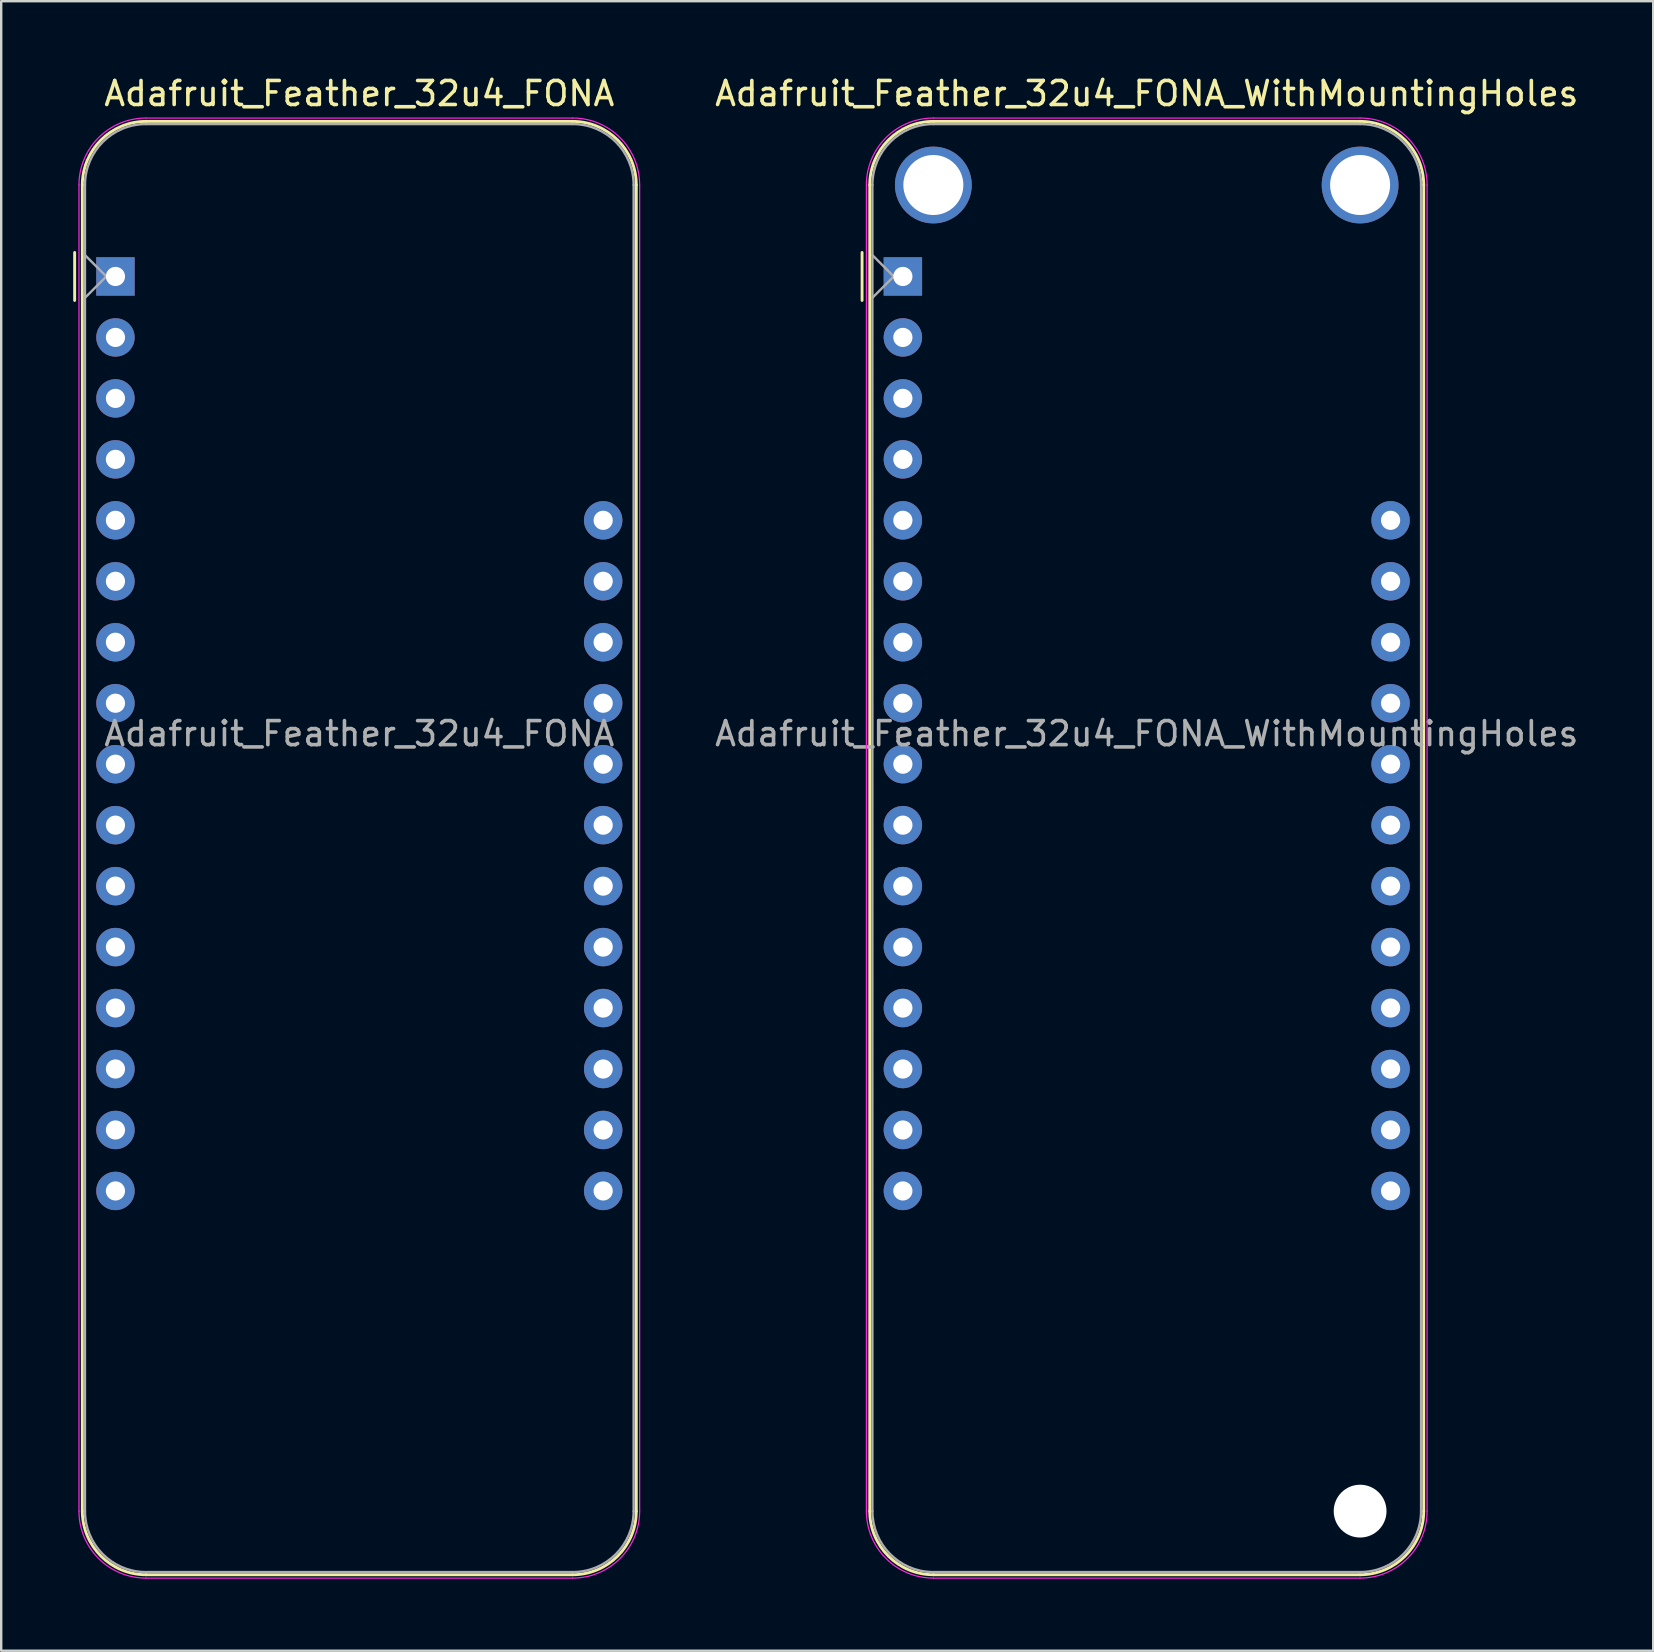
<source format=kicad_pcb>
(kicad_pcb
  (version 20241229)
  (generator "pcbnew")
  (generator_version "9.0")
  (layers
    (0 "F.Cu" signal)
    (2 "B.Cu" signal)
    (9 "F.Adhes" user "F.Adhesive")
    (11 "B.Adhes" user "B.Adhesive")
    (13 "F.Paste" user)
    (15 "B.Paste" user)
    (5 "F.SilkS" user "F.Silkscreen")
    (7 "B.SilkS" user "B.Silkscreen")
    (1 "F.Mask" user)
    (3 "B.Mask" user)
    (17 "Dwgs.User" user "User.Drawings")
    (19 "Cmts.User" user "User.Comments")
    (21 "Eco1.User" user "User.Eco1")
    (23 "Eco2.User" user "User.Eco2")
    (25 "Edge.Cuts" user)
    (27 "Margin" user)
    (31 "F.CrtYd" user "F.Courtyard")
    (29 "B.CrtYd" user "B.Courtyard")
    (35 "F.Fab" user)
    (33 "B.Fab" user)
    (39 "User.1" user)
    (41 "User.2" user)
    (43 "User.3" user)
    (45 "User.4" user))
  (footprint "Adafruit_Feather_32u4_FONA_WithMountingHoles"
    (layer "F.Cu")
    (at 34.566 8.468)
    (property "Reference" "Adafruit_Feather_32u4_FONA_WithMountingHoles" (at 10.16 -7.62 0) (layer "F.SilkS") (effects (font (size 1 1) (thickness 0.15))))
    (attr through_hole)
    (fp_line (start -1.7 1) (end -1.7 -1) (stroke (width 0.12) (type solid)) (layer "F.SilkS"))
    (fp_line (start -1.38 -3.81) (end -1.38 51.44) (stroke (width 0.12) (type solid)) (layer "F.SilkS"))
    (fp_line (start 19.05 -6.46) (end 1.27 -6.46) (stroke (width 0.12) (type solid)) (layer "F.SilkS"))
    (fp_line (start 19.05 54.09) (end 1.27 54.09) (stroke (width 0.12) (type solid)) (layer "F.SilkS"))
    (fp_line (start 21.7 -3.81) (end 21.7 51.44) (stroke (width 0.12) (type solid)) (layer "F.SilkS"))
    (fp_arc (start -1.38 -3.81) (mid -0.603833 -5.683833) (end 1.27 -6.46) (stroke (width 0.12) (type solid)) (layer "F.SilkS"))
    (fp_arc (start 1.27 54.09) (mid -0.603833 53.313833) (end -1.38 51.44) (stroke (width 0.12) (type solid)) (layer "F.SilkS"))
    (fp_arc (start 19.05 -6.46) (mid 20.923833 -5.683833) (end 21.7 -3.81) (stroke (width 0.12) (type solid)) (layer "F.SilkS"))
    (fp_arc (start 21.7 51.44) (mid 20.923833 53.313833) (end 19.05 54.09) (stroke (width 0.12) (type solid)) (layer "F.SilkS"))
    (fp_line (start -1.52 51.44) (end -1.52 -3.81) (stroke (width 0.05) (type solid)) (layer "F.CrtYd"))
    (fp_line (start 19.05 -6.6) (end 1.27 -6.6) (stroke (width 0.05) (type solid)) (layer "F.CrtYd"))
    (fp_line (start 19.05 54.23) (end 1.27 54.23) (stroke (width 0.05) (type solid)) (layer "F.CrtYd"))
    (fp_line (start 21.84 51.44) (end 21.84 -3.81) (stroke (width 0.05) (type solid)) (layer "F.CrtYd"))
    (fp_arc (start -1.52 -3.81) (mid -0.702828 -5.782828) (end 1.27 -6.6) (stroke (width 0.05) (type solid)) (layer "F.CrtYd"))
    (fp_arc (start 1.27 54.23) (mid -0.702828 53.412828) (end -1.52 51.44) (stroke (width 0.05) (type solid)) (layer "F.CrtYd"))
    (fp_arc (start 19.05 -6.6) (mid 21.022828 -5.782828) (end 21.84 -3.81) (stroke (width 0.05) (type solid)) (layer "F.CrtYd"))
    (fp_arc (start 21.84 51.44) (mid 21.022828 53.412828) (end 19.05 54.23) (stroke (width 0.05) (type solid)) (layer "F.CrtYd"))
    (fp_line (start -1.27 -3.81) (end -1.27 51.44) (stroke (width 0.1) (type solid)) (layer "F.Fab"))
    (fp_line (start -1.27 -0.889) (end -0.381 0) (stroke (width 0.1) (type solid)) (layer "F.Fab"))
    (fp_line (start -0.381 0) (end -1.27 0.889) (stroke (width 0.1) (type solid)) (layer "F.Fab"))
    (fp_line (start 1.27 53.98) (end 19.05 53.98) (stroke (width 0.1) (type solid)) (layer "F.Fab"))
    (fp_line (start 19.05 -6.35) (end 1.27 -6.35) (stroke (width 0.1) (type solid)) (layer "F.Fab"))
    (fp_line (start 21.59 51.44) (end 21.59 -3.81) (stroke (width 0.1) (type solid)) (layer "F.Fab"))
    (fp_arc (start -1.27 -3.81) (mid -0.526051 -5.606051) (end 1.27 -6.35) (stroke (width 0.1) (type solid)) (layer "F.Fab"))
    (fp_arc (start 1.221238 53.979532) (mid -0.543209 53.218728) (end -1.27 51.44) (stroke (width 0.1) (type solid)) (layer "F.Fab"))
    (fp_arc (start 19.05 -6.35) (mid 20.846051 -5.606051) (end 21.59 -3.81) (stroke (width 0.1) (type solid)) (layer "F.Fab"))
    (fp_arc (start 21.59 51.44) (mid 20.846051 53.236051) (end 19.05 53.98) (stroke (width 0.1) (type solid)) (layer "F.Fab"))
    (fp_text user "${REFERENCE}" (at 10.16 19.05 180) (layer "F.Fab") (effects (font (size 1 1) (thickness 0.15))))
    (pad "" np_thru_hole circle (at 1.27 -3.81 270) (size 3.2 3.2) (drill 2.5) (layers "*.Cu" "*.Mask"))
    (pad "" np_thru_hole circle (at 19.05 -3.81 270) (size 3.2 3.2) (drill 2.5) (layers "*.Cu" "*.Mask"))
    (pad "" np_thru_hole circle (at 19.05 51.44 270) (size 2.2 2.2) (drill 2.2) (layers "*.Cu" "*.Mask"))
    (pad "1" thru_hole rect (at 0 0 180) (size 1.6 1.6) (drill 0.8) (layers "*.Cu" "*.Mask"))
    (pad "2" thru_hole circle (at 0 2.54 180) (size 1.6 1.6) (drill 0.8) (layers "*.Cu" "*.Mask"))
    (pad "3" thru_hole circle (at 0 5.08 180) (size 1.6 1.6) (drill 0.8) (layers "*.Cu" "*.Mask"))
    (pad "4" thru_hole circle (at 0 7.62 180) (size 1.6 1.6) (drill 0.8) (layers "*.Cu" "*.Mask"))
    (pad "5" thru_hole circle (at 0 10.16 180) (size 1.6 1.6) (drill 0.8) (layers "*.Cu" "*.Mask"))
    (pad "6" thru_hole circle (at 0 12.7 180) (size 1.6 1.6) (drill 0.8) (layers "*.Cu" "*.Mask"))
    (pad "7" thru_hole circle (at 0 15.24 180) (size 1.6 1.6) (drill 0.8) (layers "*.Cu" "*.Mask"))
    (pad "8" thru_hole circle (at 0 17.78 180) (size 1.6 1.6) (drill 0.8) (layers "*.Cu" "*.Mask"))
    (pad "9" thru_hole circle (at 0 20.32 180) (size 1.6 1.6) (drill 0.8) (layers "*.Cu" "*.Mask"))
    (pad "10" thru_hole circle (at 0 22.86 180) (size 1.6 1.6) (drill 0.8) (layers "*.Cu" "*.Mask"))
    (pad "11" thru_hole circle (at 0 25.4 180) (size 1.6 1.6) (drill 0.8) (layers "*.Cu" "*.Mask"))
    (pad "12" thru_hole circle (at 0 27.94 180) (size 1.6 1.6) (drill 0.8) (layers "*.Cu" "*.Mask"))
    (pad "13" thru_hole circle (at 0 30.48 180) (size 1.6 1.6) (drill 0.8) (layers "*.Cu" "*.Mask"))
    (pad "14" thru_hole circle (at 0 33.02 180) (size 1.6 1.6) (drill 0.8) (layers "*.Cu" "*.Mask"))
    (pad "15" thru_hole circle (at 0 35.56 180) (size 1.6 1.6) (drill 0.8) (layers "*.Cu" "*.Mask"))
    (pad "16" thru_hole circle (at 0 38.1 180) (size 1.6 1.6) (drill 0.8) (layers "*.Cu" "*.Mask"))
    (pad "17" thru_hole circle (at 20.32 38.1 180) (size 1.6 1.6) (drill 0.8) (layers "*.Cu" "*.Mask"))
    (pad "18" thru_hole circle (at 20.32 35.56 180) (size 1.6 1.6) (drill 0.8) (layers "*.Cu" "*.Mask"))
    (pad "19" thru_hole circle (at 20.32 33.02 180) (size 1.6 1.6) (drill 0.8) (layers "*.Cu" "*.Mask"))
    (pad "20" thru_hole circle (at 20.32 30.48 180) (size 1.6 1.6) (drill 0.8) (layers "*.Cu" "*.Mask"))
    (pad "21" thru_hole circle (at 20.32 27.94 180) (size 1.6 1.6) (drill 0.8) (layers "*.Cu" "*.Mask"))
    (pad "22" thru_hole circle (at 20.32 25.4 180) (size 1.6 1.6) (drill 0.8) (layers "*.Cu" "*.Mask"))
    (pad "23" thru_hole circle (at 20.32 22.86 180) (size 1.6 1.6) (drill 0.8) (layers "*.Cu" "*.Mask"))
    (pad "24" thru_hole circle (at 20.32 20.32 180) (size 1.6 1.6) (drill 0.8) (layers "*.Cu" "*.Mask"))
    (pad "25" thru_hole circle (at 20.32 17.78 180) (size 1.6 1.6) (drill 0.8) (layers "*.Cu" "*.Mask"))
    (pad "26" thru_hole circle (at 20.32 15.24 180) (size 1.6 1.6) (drill 0.8) (layers "*.Cu" "*.Mask"))
    (pad "27" thru_hole circle (at 20.32 12.7 180) (size 1.6 1.6) (drill 0.8) (layers "*.Cu" "*.Mask"))
    (pad "28" thru_hole circle (at 20.32 10.16 180) (size 1.6 1.6) (drill 0.8) (layers "*.Cu" "*.Mask")))
  (footprint "Adafruit_Feather_32u4_FONA"
    (layer "F.Cu")
    (at 1.76 8.468)
    (property "Reference" "Adafruit_Feather_32u4_FONA" (at 10.16 -7.62 0) (layer "F.SilkS") (effects (font (size 1 1) (thickness 0.15))))
    (attr through_hole)
    (fp_line (start -1.7 1) (end -1.7 -1) (stroke (width 0.12) (type solid)) (layer "F.SilkS"))
    (fp_line (start -1.38 -3.81) (end -1.38 51.44) (stroke (width 0.12) (type solid)) (layer "F.SilkS"))
    (fp_line (start 19.05 -6.46) (end 1.27 -6.46) (stroke (width 0.12) (type solid)) (layer "F.SilkS"))
    (fp_line (start 19.05 54.09) (end 1.27 54.09) (stroke (width 0.12) (type solid)) (layer "F.SilkS"))
    (fp_line (start 21.7 -3.81) (end 21.7 51.44) (stroke (width 0.12) (type solid)) (layer "F.SilkS"))
    (fp_arc (start -1.38 -3.81) (mid -0.603833 -5.683833) (end 1.27 -6.46) (stroke (width 0.12) (type solid)) (layer "F.SilkS"))
    (fp_arc (start 1.27 54.09) (mid -0.603833 53.313833) (end -1.38 51.44) (stroke (width 0.12) (type solid)) (layer "F.SilkS"))
    (fp_arc (start 19.05 -6.46) (mid 20.923833 -5.683833) (end 21.7 -3.81) (stroke (width 0.12) (type solid)) (layer "F.SilkS"))
    (fp_arc (start 21.7 51.44) (mid 20.923833 53.313833) (end 19.05 54.09) (stroke (width 0.12) (type solid)) (layer "F.SilkS"))
    (fp_line (start -1.52 51.44) (end -1.52 -3.81) (stroke (width 0.05) (type solid)) (layer "F.CrtYd"))
    (fp_line (start 19.05 -6.6) (end 1.27 -6.6) (stroke (width 0.05) (type solid)) (layer "F.CrtYd"))
    (fp_line (start 19.05 54.23) (end 1.27 54.23) (stroke (width 0.05) (type solid)) (layer "F.CrtYd"))
    (fp_line (start 21.84 51.44) (end 21.84 -3.81) (stroke (width 0.05) (type solid)) (layer "F.CrtYd"))
    (fp_arc (start -1.52 -3.81) (mid -0.702828 -5.782828) (end 1.27 -6.6) (stroke (width 0.05) (type solid)) (layer "F.CrtYd"))
    (fp_arc (start 1.27 54.23) (mid -0.702828 53.412828) (end -1.52 51.44) (stroke (width 0.05) (type solid)) (layer "F.CrtYd"))
    (fp_arc (start 19.05 -6.6) (mid 21.022828 -5.782828) (end 21.84 -3.81) (stroke (width 0.05) (type solid)) (layer "F.CrtYd"))
    (fp_arc (start 21.84 51.44) (mid 21.022828 53.412828) (end 19.05 54.23) (stroke (width 0.05) (type solid)) (layer "F.CrtYd"))
    (fp_line (start -1.27 -3.81) (end -1.27 51.44) (stroke (width 0.1) (type solid)) (layer "F.Fab"))
    (fp_line (start -1.27 -0.889) (end -0.381 0) (stroke (width 0.1) (type solid)) (layer "F.Fab"))
    (fp_line (start -0.381 0) (end -1.27 0.889) (stroke (width 0.1) (type solid)) (layer "F.Fab"))
    (fp_line (start 1.27 53.98) (end 19.05 53.98) (stroke (width 0.1) (type solid)) (layer "F.Fab"))
    (fp_line (start 19.05 -6.35) (end 1.27 -6.35) (stroke (width 0.1) (type solid)) (layer "F.Fab"))
    (fp_line (start 21.59 51.44) (end 21.59 -3.81) (stroke (width 0.1) (type solid)) (layer "F.Fab"))
    (fp_arc (start -1.27 -3.81) (mid -0.526051 -5.606051) (end 1.27 -6.35) (stroke (width 0.1) (type solid)) (layer "F.Fab"))
    (fp_arc (start 1.221238 53.979532) (mid -0.543209 53.218728) (end -1.27 51.44) (stroke (width 0.1) (type solid)) (layer "F.Fab"))
    (fp_arc (start 19.05 -6.35) (mid 20.846051 -5.606051) (end 21.59 -3.81) (stroke (width 0.1) (type solid)) (layer "F.Fab"))
    (fp_arc (start 21.59 51.44) (mid 20.846051 53.236051) (end 19.05 53.98) (stroke (width 0.1) (type solid)) (layer "F.Fab"))
    (fp_text user "${REFERENCE}" (at 10.16 19.05 180) (layer "F.Fab") (effects (font (size 1 1) (thickness 0.15))))
    (pad "1" thru_hole rect (at 0 0 180) (size 1.6 1.6) (drill 0.8) (layers "*.Cu" "*.Mask"))
    (pad "2" thru_hole circle (at 0 2.54 180) (size 1.6 1.6) (drill 0.8) (layers "*.Cu" "*.Mask"))
    (pad "3" thru_hole circle (at 0 5.08 180) (size 1.6 1.6) (drill 0.8) (layers "*.Cu" "*.Mask"))
    (pad "4" thru_hole circle (at 0 7.62 180) (size 1.6 1.6) (drill 0.8) (layers "*.Cu" "*.Mask"))
    (pad "5" thru_hole circle (at 0 10.16 180) (size 1.6 1.6) (drill 0.8) (layers "*.Cu" "*.Mask"))
    (pad "6" thru_hole circle (at 0 12.7 180) (size 1.6 1.6) (drill 0.8) (layers "*.Cu" "*.Mask"))
    (pad "7" thru_hole circle (at 0 15.24 180) (size 1.6 1.6) (drill 0.8) (layers "*.Cu" "*.Mask"))
    (pad "8" thru_hole circle (at 0 17.78 180) (size 1.6 1.6) (drill 0.8) (layers "*.Cu" "*.Mask"))
    (pad "9" thru_hole circle (at 0 20.32 180) (size 1.6 1.6) (drill 0.8) (layers "*.Cu" "*.Mask"))
    (pad "10" thru_hole circle (at 0 22.86 180) (size 1.6 1.6) (drill 0.8) (layers "*.Cu" "*.Mask"))
    (pad "11" thru_hole circle (at 0 25.4 180) (size 1.6 1.6) (drill 0.8) (layers "*.Cu" "*.Mask"))
    (pad "12" thru_hole circle (at 0 27.94 180) (size 1.6 1.6) (drill 0.8) (layers "*.Cu" "*.Mask"))
    (pad "13" thru_hole circle (at 0 30.48 180) (size 1.6 1.6) (drill 0.8) (layers "*.Cu" "*.Mask"))
    (pad "14" thru_hole circle (at 0 33.02 180) (size 1.6 1.6) (drill 0.8) (layers "*.Cu" "*.Mask"))
    (pad "15" thru_hole circle (at 0 35.56 180) (size 1.6 1.6) (drill 0.8) (layers "*.Cu" "*.Mask"))
    (pad "16" thru_hole circle (at 0 38.1 180) (size 1.6 1.6) (drill 0.8) (layers "*.Cu" "*.Mask"))
    (pad "17" thru_hole circle (at 20.32 38.1 180) (size 1.6 1.6) (drill 0.8) (layers "*.Cu" "*.Mask"))
    (pad "18" thru_hole circle (at 20.32 35.56 180) (size 1.6 1.6) (drill 0.8) (layers "*.Cu" "*.Mask"))
    (pad "19" thru_hole circle (at 20.32 33.02 180) (size 1.6 1.6) (drill 0.8) (layers "*.Cu" "*.Mask"))
    (pad "20" thru_hole circle (at 20.32 30.48 180) (size 1.6 1.6) (drill 0.8) (layers "*.Cu" "*.Mask"))
    (pad "21" thru_hole circle (at 20.32 27.94 180) (size 1.6 1.6) (drill 0.8) (layers "*.Cu" "*.Mask"))
    (pad "22" thru_hole circle (at 20.32 25.4 180) (size 1.6 1.6) (drill 0.8) (layers "*.Cu" "*.Mask"))
    (pad "23" thru_hole circle (at 20.32 22.86 180) (size 1.6 1.6) (drill 0.8) (layers "*.Cu" "*.Mask"))
    (pad "24" thru_hole circle (at 20.32 20.32 180) (size 1.6 1.6) (drill 0.8) (layers "*.Cu" "*.Mask"))
    (pad "25" thru_hole circle (at 20.32 17.78 180) (size 1.6 1.6) (drill 0.8) (layers "*.Cu" "*.Mask"))
    (pad "26" thru_hole circle (at 20.32 15.24 180) (size 1.6 1.6) (drill 0.8) (layers "*.Cu" "*.Mask"))
    (pad "27" thru_hole circle (at 20.32 12.7 180) (size 1.6 1.6) (drill 0.8) (layers "*.Cu" "*.Mask"))
    (pad "28" thru_hole circle (at 20.32 10.16 180) (size 1.6 1.6) (drill 0.8) (layers "*.Cu" "*.Mask")))
  (gr_rect
    (start -3 -3)
    (end 65.827 65.723)
    (stroke (width 0.1) (type default))
    (fill no)
    (layer "Edge.Cuts")))
</source>
